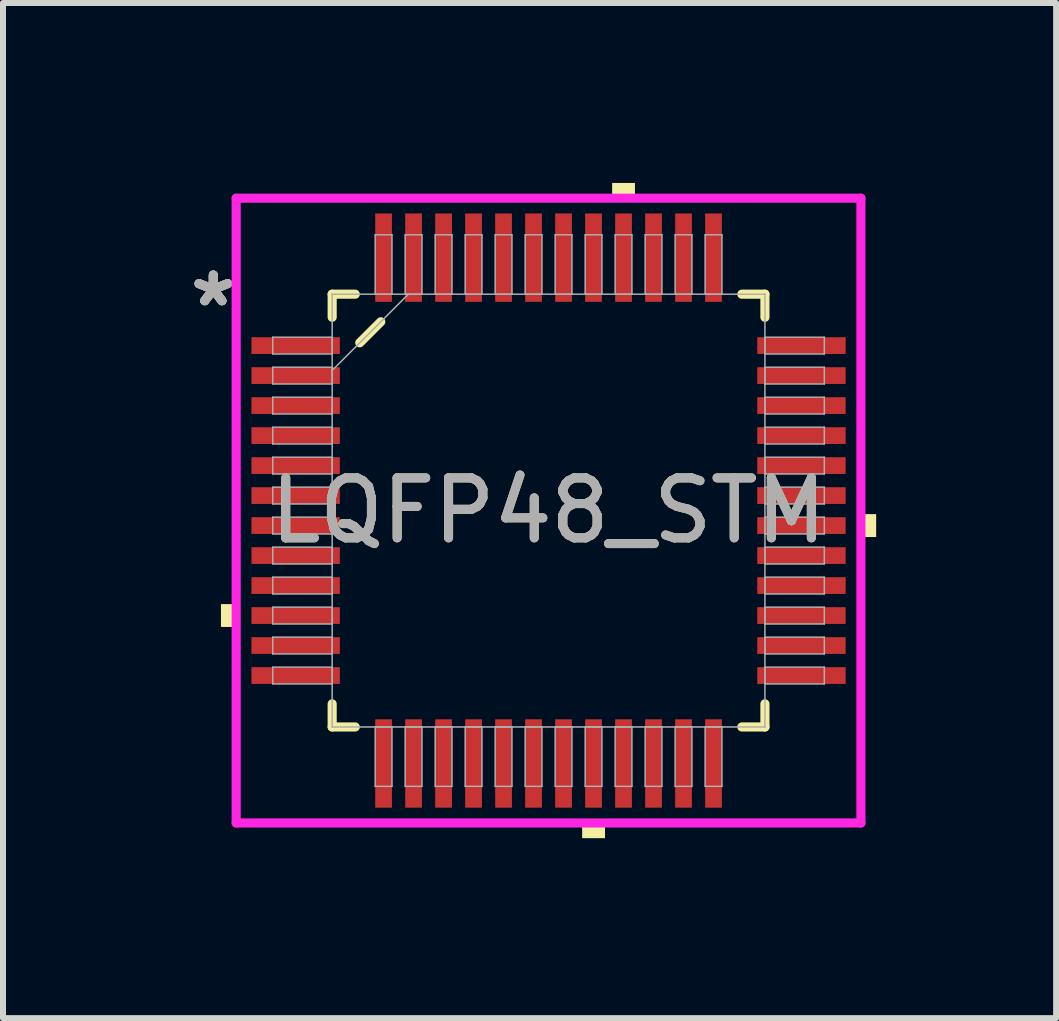
<source format=kicad_pcb>
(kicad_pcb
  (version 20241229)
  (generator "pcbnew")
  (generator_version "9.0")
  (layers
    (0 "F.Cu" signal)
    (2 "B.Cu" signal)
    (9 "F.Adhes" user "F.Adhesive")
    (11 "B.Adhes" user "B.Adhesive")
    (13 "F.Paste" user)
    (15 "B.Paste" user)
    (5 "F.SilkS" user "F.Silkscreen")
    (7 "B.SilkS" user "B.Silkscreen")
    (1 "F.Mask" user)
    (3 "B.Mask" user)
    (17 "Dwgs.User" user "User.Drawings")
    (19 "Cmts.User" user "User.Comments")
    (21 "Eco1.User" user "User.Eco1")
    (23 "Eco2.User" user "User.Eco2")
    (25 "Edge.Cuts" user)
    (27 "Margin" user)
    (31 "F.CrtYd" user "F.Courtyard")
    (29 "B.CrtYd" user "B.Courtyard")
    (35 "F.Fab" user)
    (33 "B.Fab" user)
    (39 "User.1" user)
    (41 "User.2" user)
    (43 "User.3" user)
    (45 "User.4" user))
  (footprint "LQFP48_STM"
    (layer "F.Cu")
    (at 6.094 5.461)
    (property "Reference" "LQFP48_STM" (at 0 0 0) (unlocked yes) (layer "F.SilkS") (effects (font (size 1 1) (thickness 0.15))))
    (attr smd)
    (fp_line (start -3.607 -3.607) (end -3.607 -3.222) (stroke (width 0.152) (type solid)) (layer "F.SilkS"))
    (fp_line (start -3.607 3.222) (end -3.607 3.607) (stroke (width 0.152) (type solid)) (layer "F.SilkS"))
    (fp_line (start -3.607 3.607) (end -3.222 3.607) (stroke (width 0.152) (type solid)) (layer "F.SilkS"))
    (fp_line (start -3.222 -3.607) (end -3.607 -3.607) (stroke (width 0.152) (type solid)) (layer "F.SilkS"))
    (fp_line (start -3.147 -2.797) (end -2.797 -3.147) (stroke (width 0.152) (type solid)) (layer "F.SilkS"))
    (fp_line (start 3.222 3.607) (end 3.607 3.607) (stroke (width 0.152) (type solid)) (layer "F.SilkS"))
    (fp_line (start 3.607 -3.607) (end 3.222 -3.607) (stroke (width 0.152) (type solid)) (layer "F.SilkS"))
    (fp_line (start 3.607 -3.222) (end 3.607 -3.607) (stroke (width 0.152) (type solid)) (layer "F.SilkS"))
    (fp_line (start 3.607 3.607) (end 3.607 3.222) (stroke (width 0.152) (type solid)) (layer "F.SilkS"))
    (fp_poly (pts (xy -5.461 1.559) (xy -5.461 1.94) (xy -5.207 1.94) (xy -5.207 1.559)) (stroke (width 0) (type solid)) (fill yes) (layer "F.SilkS"))
    (fp_poly (pts (xy 0.56 5.207) (xy 0.56 5.461) (xy 0.941 5.461) (xy 0.941 5.207)) (stroke (width 0) (type solid)) (fill yes) (layer "F.SilkS"))
    (fp_poly (pts (xy 1.06 -5.207) (xy 1.06 -5.461) (xy 1.44 -5.461) (xy 1.44 -5.207)) (stroke (width 0) (type solid)) (fill yes) (layer "F.SilkS"))
    (fp_poly (pts (xy 5.461 0.059) (xy 5.461 0.441) (xy 5.207 0.441) (xy 5.207 0.059)) (stroke (width 0) (type solid)) (fill yes) (layer "F.SilkS"))
    (fp_line (start -5.207 -5.207) (end 5.207 -5.207) (stroke (width 0.152) (type solid)) (layer "F.CrtYd"))
    (fp_line (start -5.207 5.207) (end -5.207 -5.207) (stroke (width 0.152) (type solid)) (layer "F.CrtYd"))
    (fp_line (start 5.207 -5.207) (end 5.207 5.207) (stroke (width 0.152) (type solid)) (layer "F.CrtYd"))
    (fp_line (start 5.207 5.207) (end -5.207 5.207) (stroke (width 0.152) (type solid)) (layer "F.CrtYd"))
    (fp_line (start -4.597 -2.89) (end -4.597 -2.61) (stroke (width 0.025) (type solid)) (layer "F.Fab"))
    (fp_line (start -4.597 -2.61) (end -3.607 -2.61) (stroke (width 0.025) (type solid)) (layer "F.Fab"))
    (fp_line (start -4.597 -2.39) (end -4.597 -2.11) (stroke (width 0.025) (type solid)) (layer "F.Fab"))
    (fp_line (start -4.597 -2.11) (end -3.607 -2.11) (stroke (width 0.025) (type solid)) (layer "F.Fab"))
    (fp_line (start -4.597 -1.89) (end -4.597 -1.61) (stroke (width 0.025) (type solid)) (layer "F.Fab"))
    (fp_line (start -4.597 -1.61) (end -3.607 -1.61) (stroke (width 0.025) (type solid)) (layer "F.Fab"))
    (fp_line (start -4.597 -1.39) (end -4.597 -1.11) (stroke (width 0.025) (type solid)) (layer "F.Fab"))
    (fp_line (start -4.597 -1.11) (end -3.607 -1.11) (stroke (width 0.025) (type solid)) (layer "F.Fab"))
    (fp_line (start -4.597 -0.89) (end -4.597 -0.61) (stroke (width 0.025) (type solid)) (layer "F.Fab"))
    (fp_line (start -4.597 -0.61) (end -3.607 -0.61) (stroke (width 0.025) (type solid)) (layer "F.Fab"))
    (fp_line (start -4.597 -0.39) (end -4.597 -0.11) (stroke (width 0.025) (type solid)) (layer "F.Fab"))
    (fp_line (start -4.597 -0.11) (end -3.607 -0.11) (stroke (width 0.025) (type solid)) (layer "F.Fab"))
    (fp_line (start -4.597 0.11) (end -4.597 0.39) (stroke (width 0.025) (type solid)) (layer "F.Fab"))
    (fp_line (start -4.597 0.39) (end -3.607 0.39) (stroke (width 0.025) (type solid)) (layer "F.Fab"))
    (fp_line (start -4.597 0.61) (end -4.597 0.89) (stroke (width 0.025) (type solid)) (layer "F.Fab"))
    (fp_line (start -4.597 0.89) (end -3.607 0.89) (stroke (width 0.025) (type solid)) (layer "F.Fab"))
    (fp_line (start -4.597 1.11) (end -4.597 1.39) (stroke (width 0.025) (type solid)) (layer "F.Fab"))
    (fp_line (start -4.597 1.39) (end -3.607 1.39) (stroke (width 0.025) (type solid)) (layer "F.Fab"))
    (fp_line (start -4.597 1.61) (end -4.597 1.89) (stroke (width 0.025) (type solid)) (layer "F.Fab"))
    (fp_line (start -4.597 1.89) (end -3.607 1.89) (stroke (width 0.025) (type solid)) (layer "F.Fab"))
    (fp_line (start -4.597 2.11) (end -4.597 2.39) (stroke (width 0.025) (type solid)) (layer "F.Fab"))
    (fp_line (start -4.597 2.39) (end -3.607 2.39) (stroke (width 0.025) (type solid)) (layer "F.Fab"))
    (fp_line (start -4.597 2.61) (end -4.597 2.89) (stroke (width 0.025) (type solid)) (layer "F.Fab"))
    (fp_line (start -4.597 2.89) (end -3.607 2.89) (stroke (width 0.025) (type solid)) (layer "F.Fab"))
    (fp_line (start -3.607 -3.607) (end -3.607 -3.607) (stroke (width 0.025) (type solid)) (layer "F.Fab"))
    (fp_line (start -3.607 -3.607) (end -3.607 3.607) (stroke (width 0.025) (type solid)) (layer "F.Fab"))
    (fp_line (start -3.607 -2.89) (end -4.597 -2.89) (stroke (width 0.025) (type solid)) (layer "F.Fab"))
    (fp_line (start -3.607 -2.61) (end -3.607 -2.89) (stroke (width 0.025) (type solid)) (layer "F.Fab"))
    (fp_line (start -3.607 -2.39) (end -4.597 -2.39) (stroke (width 0.025) (type solid)) (layer "F.Fab"))
    (fp_line (start -3.607 -2.337) (end -2.337 -3.607) (stroke (width 0.025) (type solid)) (layer "F.Fab"))
    (fp_line (start -3.607 -2.11) (end -3.607 -2.39) (stroke (width 0.025) (type solid)) (layer "F.Fab"))
    (fp_line (start -3.607 -1.89) (end -4.597 -1.89) (stroke (width 0.025) (type solid)) (layer "F.Fab"))
    (fp_line (start -3.607 -1.61) (end -3.607 -1.89) (stroke (width 0.025) (type solid)) (layer "F.Fab"))
    (fp_line (start -3.607 -1.39) (end -4.597 -1.39) (stroke (width 0.025) (type solid)) (layer "F.Fab"))
    (fp_line (start -3.607 -1.11) (end -3.607 -1.39) (stroke (width 0.025) (type solid)) (layer "F.Fab"))
    (fp_line (start -3.607 -0.89) (end -4.597 -0.89) (stroke (width 0.025) (type solid)) (layer "F.Fab"))
    (fp_line (start -3.607 -0.61) (end -3.607 -0.89) (stroke (width 0.025) (type solid)) (layer "F.Fab"))
    (fp_line (start -3.607 -0.39) (end -4.597 -0.39) (stroke (width 0.025) (type solid)) (layer "F.Fab"))
    (fp_line (start -3.607 -0.11) (end -3.607 -0.39) (stroke (width 0.025) (type solid)) (layer "F.Fab"))
    (fp_line (start -3.607 0.11) (end -4.597 0.11) (stroke (width 0.025) (type solid)) (layer "F.Fab"))
    (fp_line (start -3.607 0.39) (end -3.607 0.11) (stroke (width 0.025) (type solid)) (layer "F.Fab"))
    (fp_line (start -3.607 0.61) (end -4.597 0.61) (stroke (width 0.025) (type solid)) (layer "F.Fab"))
    (fp_line (start -3.607 0.89) (end -3.607 0.61) (stroke (width 0.025) (type solid)) (layer "F.Fab"))
    (fp_line (start -3.607 1.11) (end -4.597 1.11) (stroke (width 0.025) (type solid)) (layer "F.Fab"))
    (fp_line (start -3.607 1.39) (end -3.607 1.11) (stroke (width 0.025) (type solid)) (layer "F.Fab"))
    (fp_line (start -3.607 1.61) (end -4.597 1.61) (stroke (width 0.025) (type solid)) (layer "F.Fab"))
    (fp_line (start -3.607 1.89) (end -3.607 1.61) (stroke (width 0.025) (type solid)) (layer "F.Fab"))
    (fp_line (start -3.607 2.11) (end -4.597 2.11) (stroke (width 0.025) (type solid)) (layer "F.Fab"))
    (fp_line (start -3.607 2.39) (end -3.607 2.11) (stroke (width 0.025) (type solid)) (layer "F.Fab"))
    (fp_line (start -3.607 2.61) (end -4.597 2.61) (stroke (width 0.025) (type solid)) (layer "F.Fab"))
    (fp_line (start -3.607 2.89) (end -3.607 2.61) (stroke (width 0.025) (type solid)) (layer "F.Fab"))
    (fp_line (start -3.607 3.607) (end -3.607 3.607) (stroke (width 0.025) (type solid)) (layer "F.Fab"))
    (fp_line (start -3.607 3.607) (end 3.607 3.607) (stroke (width 0.025) (type solid)) (layer "F.Fab"))
    (fp_line (start -2.89 -4.597) (end -2.89 -3.607) (stroke (width 0.025) (type solid)) (layer "F.Fab"))
    (fp_line (start -2.89 -3.607) (end -2.61 -3.607) (stroke (width 0.025) (type solid)) (layer "F.Fab"))
    (fp_line (start -2.89 3.607) (end -2.89 4.597) (stroke (width 0.025) (type solid)) (layer "F.Fab"))
    (fp_line (start -2.89 4.597) (end -2.61 4.597) (stroke (width 0.025) (type solid)) (layer "F.Fab"))
    (fp_line (start -2.61 -4.597) (end -2.89 -4.597) (stroke (width 0.025) (type solid)) (layer "F.Fab"))
    (fp_line (start -2.61 -3.607) (end -2.61 -4.597) (stroke (width 0.025) (type solid)) (layer "F.Fab"))
    (fp_line (start -2.61 3.607) (end -2.89 3.607) (stroke (width 0.025) (type solid)) (layer "F.Fab"))
    (fp_line (start -2.61 4.597) (end -2.61 3.607) (stroke (width 0.025) (type solid)) (layer "F.Fab"))
    (fp_line (start -2.39 -4.597) (end -2.39 -3.607) (stroke (width 0.025) (type solid)) (layer "F.Fab"))
    (fp_line (start -2.39 -3.607) (end -2.11 -3.607) (stroke (width 0.025) (type solid)) (layer "F.Fab"))
    (fp_line (start -2.39 3.607) (end -2.39 4.597) (stroke (width 0.025) (type solid)) (layer "F.Fab"))
    (fp_line (start -2.39 4.597) (end -2.11 4.597) (stroke (width 0.025) (type solid)) (layer "F.Fab"))
    (fp_line (start -2.11 -4.597) (end -2.39 -4.597) (stroke (width 0.025) (type solid)) (layer "F.Fab"))
    (fp_line (start -2.11 -3.607) (end -2.11 -4.597) (stroke (width 0.025) (type solid)) (layer "F.Fab"))
    (fp_line (start -2.11 3.607) (end -2.39 3.607) (stroke (width 0.025) (type solid)) (layer "F.Fab"))
    (fp_line (start -2.11 4.597) (end -2.11 3.607) (stroke (width 0.025) (type solid)) (layer "F.Fab"))
    (fp_line (start -1.89 -4.597) (end -1.89 -3.607) (stroke (width 0.025) (type solid)) (layer "F.Fab"))
    (fp_line (start -1.89 -3.607) (end -1.61 -3.607) (stroke (width 0.025) (type solid)) (layer "F.Fab"))
    (fp_line (start -1.89 3.607) (end -1.89 4.597) (stroke (width 0.025) (type solid)) (layer "F.Fab"))
    (fp_line (start -1.89 4.597) (end -1.61 4.597) (stroke (width 0.025) (type solid)) (layer "F.Fab"))
    (fp_line (start -1.61 -4.597) (end -1.89 -4.597) (stroke (width 0.025) (type solid)) (layer "F.Fab"))
    (fp_line (start -1.61 -3.607) (end -1.61 -4.597) (stroke (width 0.025) (type solid)) (layer "F.Fab"))
    (fp_line (start -1.61 3.607) (end -1.89 3.607) (stroke (width 0.025) (type solid)) (layer "F.Fab"))
    (fp_line (start -1.61 4.597) (end -1.61 3.607) (stroke (width 0.025) (type solid)) (layer "F.Fab"))
    (fp_line (start -1.39 -4.597) (end -1.39 -3.607) (stroke (width 0.025) (type solid)) (layer "F.Fab"))
    (fp_line (start -1.39 -3.607) (end -1.11 -3.607) (stroke (width 0.025) (type solid)) (layer "F.Fab"))
    (fp_line (start -1.39 3.607) (end -1.39 4.597) (stroke (width 0.025) (type solid)) (layer "F.Fab"))
    (fp_line (start -1.39 4.597) (end -1.11 4.597) (stroke (width 0.025) (type solid)) (layer "F.Fab"))
    (fp_line (start -1.11 -4.597) (end -1.39 -4.597) (stroke (width 0.025) (type solid)) (layer "F.Fab"))
    (fp_line (start -1.11 -3.607) (end -1.11 -4.597) (stroke (width 0.025) (type solid)) (layer "F.Fab"))
    (fp_line (start -1.11 3.607) (end -1.39 3.607) (stroke (width 0.025) (type solid)) (layer "F.Fab"))
    (fp_line (start -1.11 4.597) (end -1.11 3.607) (stroke (width 0.025) (type solid)) (layer "F.Fab"))
    (fp_line (start -0.89 -4.597) (end -0.89 -3.607) (stroke (width 0.025) (type solid)) (layer "F.Fab"))
    (fp_line (start -0.89 -3.607) (end -0.61 -3.607) (stroke (width 0.025) (type solid)) (layer "F.Fab"))
    (fp_line (start -0.89 3.607) (end -0.89 4.597) (stroke (width 0.025) (type solid)) (layer "F.Fab"))
    (fp_line (start -0.89 4.597) (end -0.61 4.597) (stroke (width 0.025) (type solid)) (layer "F.Fab"))
    (fp_line (start -0.61 -4.597) (end -0.89 -4.597) (stroke (width 0.025) (type solid)) (layer "F.Fab"))
    (fp_line (start -0.61 -3.607) (end -0.61 -4.597) (stroke (width 0.025) (type solid)) (layer "F.Fab"))
    (fp_line (start -0.61 3.607) (end -0.89 3.607) (stroke (width 0.025) (type solid)) (layer "F.Fab"))
    (fp_line (start -0.61 4.597) (end -0.61 3.607) (stroke (width 0.025) (type solid)) (layer "F.Fab"))
    (fp_line (start -0.39 -4.597) (end -0.39 -3.607) (stroke (width 0.025) (type solid)) (layer "F.Fab"))
    (fp_line (start -0.39 -3.607) (end -0.11 -3.607) (stroke (width 0.025) (type solid)) (layer "F.Fab"))
    (fp_line (start -0.39 3.607) (end -0.39 4.597) (stroke (width 0.025) (type solid)) (layer "F.Fab"))
    (fp_line (start -0.39 4.597) (end -0.11 4.597) (stroke (width 0.025) (type solid)) (layer "F.Fab"))
    (fp_line (start -0.11 -4.597) (end -0.39 -4.597) (stroke (width 0.025) (type solid)) (layer "F.Fab"))
    (fp_line (start -0.11 -3.607) (end -0.11 -4.597) (stroke (width 0.025) (type solid)) (layer "F.Fab"))
    (fp_line (start -0.11 3.607) (end -0.39 3.607) (stroke (width 0.025) (type solid)) (layer "F.Fab"))
    (fp_line (start -0.11 4.597) (end -0.11 3.607) (stroke (width 0.025) (type solid)) (layer "F.Fab"))
    (fp_line (start 0.11 -4.597) (end 0.11 -3.607) (stroke (width 0.025) (type solid)) (layer "F.Fab"))
    (fp_line (start 0.11 -3.607) (end 0.39 -3.607) (stroke (width 0.025) (type solid)) (layer "F.Fab"))
    (fp_line (start 0.11 3.607) (end 0.11 4.597) (stroke (width 0.025) (type solid)) (layer "F.Fab"))
    (fp_line (start 0.11 4.597) (end 0.39 4.597) (stroke (width 0.025) (type solid)) (layer "F.Fab"))
    (fp_line (start 0.39 -4.597) (end 0.11 -4.597) (stroke (width 0.025) (type solid)) (layer "F.Fab"))
    (fp_line (start 0.39 -3.607) (end 0.39 -4.597) (stroke (width 0.025) (type solid)) (layer "F.Fab"))
    (fp_line (start 0.39 3.607) (end 0.11 3.607) (stroke (width 0.025) (type solid)) (layer "F.Fab"))
    (fp_line (start 0.39 4.597) (end 0.39 3.607) (stroke (width 0.025) (type solid)) (layer "F.Fab"))
    (fp_line (start 0.61 -4.597) (end 0.61 -3.607) (stroke (width 0.025) (type solid)) (layer "F.Fab"))
    (fp_line (start 0.61 -3.607) (end 0.89 -3.607) (stroke (width 0.025) (type solid)) (layer "F.Fab"))
    (fp_line (start 0.61 3.607) (end 0.61 4.597) (stroke (width 0.025) (type solid)) (layer "F.Fab"))
    (fp_line (start 0.61 4.597) (end 0.89 4.597) (stroke (width 0.025) (type solid)) (layer "F.Fab"))
    (fp_line (start 0.89 -4.597) (end 0.61 -4.597) (stroke (width 0.025) (type solid)) (layer "F.Fab"))
    (fp_line (start 0.89 -3.607) (end 0.89 -4.597) (stroke (width 0.025) (type solid)) (layer "F.Fab"))
    (fp_line (start 0.89 3.607) (end 0.61 3.607) (stroke (width 0.025) (type solid)) (layer "F.Fab"))
    (fp_line (start 0.89 4.597) (end 0.89 3.607) (stroke (width 0.025) (type solid)) (layer "F.Fab"))
    (fp_line (start 1.11 -4.597) (end 1.11 -3.607) (stroke (width 0.025) (type solid)) (layer "F.Fab"))
    (fp_line (start 1.11 -3.607) (end 1.39 -3.607) (stroke (width 0.025) (type solid)) (layer "F.Fab"))
    (fp_line (start 1.11 3.607) (end 1.11 4.597) (stroke (width 0.025) (type solid)) (layer "F.Fab"))
    (fp_line (start 1.11 4.597) (end 1.39 4.597) (stroke (width 0.025) (type solid)) (layer "F.Fab"))
    (fp_line (start 1.39 -4.597) (end 1.11 -4.597) (stroke (width 0.025) (type solid)) (layer "F.Fab"))
    (fp_line (start 1.39 -3.607) (end 1.39 -4.597) (stroke (width 0.025) (type solid)) (layer "F.Fab"))
    (fp_line (start 1.39 3.607) (end 1.11 3.607) (stroke (width 0.025) (type solid)) (layer "F.Fab"))
    (fp_line (start 1.39 4.597) (end 1.39 3.607) (stroke (width 0.025) (type solid)) (layer "F.Fab"))
    (fp_line (start 1.61 -4.597) (end 1.61 -3.607) (stroke (width 0.025) (type solid)) (layer "F.Fab"))
    (fp_line (start 1.61 -3.607) (end 1.89 -3.607) (stroke (width 0.025) (type solid)) (layer "F.Fab"))
    (fp_line (start 1.61 3.607) (end 1.61 4.597) (stroke (width 0.025) (type solid)) (layer "F.Fab"))
    (fp_line (start 1.61 4.597) (end 1.89 4.597) (stroke (width 0.025) (type solid)) (layer "F.Fab"))
    (fp_line (start 1.89 -4.597) (end 1.61 -4.597) (stroke (width 0.025) (type solid)) (layer "F.Fab"))
    (fp_line (start 1.89 -3.607) (end 1.89 -4.597) (stroke (width 0.025) (type solid)) (layer "F.Fab"))
    (fp_line (start 1.89 3.607) (end 1.61 3.607) (stroke (width 0.025) (type solid)) (layer "F.Fab"))
    (fp_line (start 1.89 4.597) (end 1.89 3.607) (stroke (width 0.025) (type solid)) (layer "F.Fab"))
    (fp_line (start 2.11 -4.597) (end 2.11 -3.607) (stroke (width 0.025) (type solid)) (layer "F.Fab"))
    (fp_line (start 2.11 -3.607) (end 2.39 -3.607) (stroke (width 0.025) (type solid)) (layer "F.Fab"))
    (fp_line (start 2.11 3.607) (end 2.11 4.597) (stroke (width 0.025) (type solid)) (layer "F.Fab"))
    (fp_line (start 2.11 4.597) (end 2.39 4.597) (stroke (width 0.025) (type solid)) (layer "F.Fab"))
    (fp_line (start 2.39 -4.597) (end 2.11 -4.597) (stroke (width 0.025) (type solid)) (layer "F.Fab"))
    (fp_line (start 2.39 -3.607) (end 2.39 -4.597) (stroke (width 0.025) (type solid)) (layer "F.Fab"))
    (fp_line (start 2.39 3.607) (end 2.11 3.607) (stroke (width 0.025) (type solid)) (layer "F.Fab"))
    (fp_line (start 2.39 4.597) (end 2.39 3.607) (stroke (width 0.025) (type solid)) (layer "F.Fab"))
    (fp_line (start 2.61 -4.597) (end 2.61 -3.607) (stroke (width 0.025) (type solid)) (layer "F.Fab"))
    (fp_line (start 2.61 -3.607) (end 2.89 -3.607) (stroke (width 0.025) (type solid)) (layer "F.Fab"))
    (fp_line (start 2.61 3.607) (end 2.61 4.597) (stroke (width 0.025) (type solid)) (layer "F.Fab"))
    (fp_line (start 2.61 4.597) (end 2.89 4.597) (stroke (width 0.025) (type solid)) (layer "F.Fab"))
    (fp_line (start 2.89 -4.597) (end 2.61 -4.597) (stroke (width 0.025) (type solid)) (layer "F.Fab"))
    (fp_line (start 2.89 -3.607) (end 2.89 -4.597) (stroke (width 0.025) (type solid)) (layer "F.Fab"))
    (fp_line (start 2.89 3.607) (end 2.61 3.607) (stroke (width 0.025) (type solid)) (layer "F.Fab"))
    (fp_line (start 2.89 4.597) (end 2.89 3.607) (stroke (width 0.025) (type solid)) (layer "F.Fab"))
    (fp_line (start 3.607 -3.607) (end -3.607 -3.607) (stroke (width 0.025) (type solid)) (layer "F.Fab"))
    (fp_line (start 3.607 -3.607) (end 3.607 -3.607) (stroke (width 0.025) (type solid)) (layer "F.Fab"))
    (fp_line (start 3.607 -2.89) (end 3.607 -2.61) (stroke (width 0.025) (type solid)) (layer "F.Fab"))
    (fp_line (start 3.607 -2.61) (end 4.597 -2.61) (stroke (width 0.025) (type solid)) (layer "F.Fab"))
    (fp_line (start 3.607 -2.39) (end 3.607 -2.11) (stroke (width 0.025) (type solid)) (layer "F.Fab"))
    (fp_line (start 3.607 -2.11) (end 4.597 -2.11) (stroke (width 0.025) (type solid)) (layer "F.Fab"))
    (fp_line (start 3.607 -1.89) (end 3.607 -1.61) (stroke (width 0.025) (type solid)) (layer "F.Fab"))
    (fp_line (start 3.607 -1.61) (end 4.597 -1.61) (stroke (width 0.025) (type solid)) (layer "F.Fab"))
    (fp_line (start 3.607 -1.39) (end 3.607 -1.11) (stroke (width 0.025) (type solid)) (layer "F.Fab"))
    (fp_line (start 3.607 -1.11) (end 4.597 -1.11) (stroke (width 0.025) (type solid)) (layer "F.Fab"))
    (fp_line (start 3.607 -0.89) (end 3.607 -0.61) (stroke (width 0.025) (type solid)) (layer "F.Fab"))
    (fp_line (start 3.607 -0.61) (end 4.597 -0.61) (stroke (width 0.025) (type solid)) (layer "F.Fab"))
    (fp_line (start 3.607 -0.39) (end 3.607 -0.11) (stroke (width 0.025) (type solid)) (layer "F.Fab"))
    (fp_line (start 3.607 -0.11) (end 4.597 -0.11) (stroke (width 0.025) (type solid)) (layer "F.Fab"))
    (fp_line (start 3.607 0.11) (end 3.607 0.39) (stroke (width 0.025) (type solid)) (layer "F.Fab"))
    (fp_line (start 3.607 0.39) (end 4.597 0.39) (stroke (width 0.025) (type solid)) (layer "F.Fab"))
    (fp_line (start 3.607 0.61) (end 3.607 0.89) (stroke (width 0.025) (type solid)) (layer "F.Fab"))
    (fp_line (start 3.607 0.89) (end 4.597 0.89) (stroke (width 0.025) (type solid)) (layer "F.Fab"))
    (fp_line (start 3.607 1.11) (end 3.607 1.39) (stroke (width 0.025) (type solid)) (layer "F.Fab"))
    (fp_line (start 3.607 1.39) (end 4.597 1.39) (stroke (width 0.025) (type solid)) (layer "F.Fab"))
    (fp_line (start 3.607 1.61) (end 3.607 1.89) (stroke (width 0.025) (type solid)) (layer "F.Fab"))
    (fp_line (start 3.607 1.89) (end 4.597 1.89) (stroke (width 0.025) (type solid)) (layer "F.Fab"))
    (fp_line (start 3.607 2.11) (end 3.607 2.39) (stroke (width 0.025) (type solid)) (layer "F.Fab"))
    (fp_line (start 3.607 2.39) (end 4.597 2.39) (stroke (width 0.025) (type solid)) (layer "F.Fab"))
    (fp_line (start 3.607 2.61) (end 3.607 2.89) (stroke (width 0.025) (type solid)) (layer "F.Fab"))
    (fp_line (start 3.607 2.89) (end 4.597 2.89) (stroke (width 0.025) (type solid)) (layer "F.Fab"))
    (fp_line (start 3.607 3.607) (end 3.607 -3.607) (stroke (width 0.025) (type solid)) (layer "F.Fab"))
    (fp_line (start 3.607 3.607) (end 3.607 3.607) (stroke (width 0.025) (type solid)) (layer "F.Fab"))
    (fp_line (start 4.597 -2.89) (end 3.607 -2.89) (stroke (width 0.025) (type solid)) (layer "F.Fab"))
    (fp_line (start 4.597 -2.61) (end 4.597 -2.89) (stroke (width 0.025) (type solid)) (layer "F.Fab"))
    (fp_line (start 4.597 -2.39) (end 3.607 -2.39) (stroke (width 0.025) (type solid)) (layer "F.Fab"))
    (fp_line (start 4.597 -2.11) (end 4.597 -2.39) (stroke (width 0.025) (type solid)) (layer "F.Fab"))
    (fp_line (start 4.597 -1.89) (end 3.607 -1.89) (stroke (width 0.025) (type solid)) (layer "F.Fab"))
    (fp_line (start 4.597 -1.61) (end 4.597 -1.89) (stroke (width 0.025) (type solid)) (layer "F.Fab"))
    (fp_line (start 4.597 -1.39) (end 3.607 -1.39) (stroke (width 0.025) (type solid)) (layer "F.Fab"))
    (fp_line (start 4.597 -1.11) (end 4.597 -1.39) (stroke (width 0.025) (type solid)) (layer "F.Fab"))
    (fp_line (start 4.597 -0.89) (end 3.607 -0.89) (stroke (width 0.025) (type solid)) (layer "F.Fab"))
    (fp_line (start 4.597 -0.61) (end 4.597 -0.89) (stroke (width 0.025) (type solid)) (layer "F.Fab"))
    (fp_line (start 4.597 -0.39) (end 3.607 -0.39) (stroke (width 0.025) (type solid)) (layer "F.Fab"))
    (fp_line (start 4.597 -0.11) (end 4.597 -0.39) (stroke (width 0.025) (type solid)) (layer "F.Fab"))
    (fp_line (start 4.597 0.11) (end 3.607 0.11) (stroke (width 0.025) (type solid)) (layer "F.Fab"))
    (fp_line (start 4.597 0.39) (end 4.597 0.11) (stroke (width 0.025) (type solid)) (layer "F.Fab"))
    (fp_line (start 4.597 0.61) (end 3.607 0.61) (stroke (width 0.025) (type solid)) (layer "F.Fab"))
    (fp_line (start 4.597 0.89) (end 4.597 0.61) (stroke (width 0.025) (type solid)) (layer "F.Fab"))
    (fp_line (start 4.597 1.11) (end 3.607 1.11) (stroke (width 0.025) (type solid)) (layer "F.Fab"))
    (fp_line (start 4.597 1.39) (end 4.597 1.11) (stroke (width 0.025) (type solid)) (layer "F.Fab"))
    (fp_line (start 4.597 1.61) (end 3.607 1.61) (stroke (width 0.025) (type solid)) (layer "F.Fab"))
    (fp_line (start 4.597 1.89) (end 4.597 1.61) (stroke (width 0.025) (type solid)) (layer "F.Fab"))
    (fp_line (start 4.597 2.11) (end 3.607 2.11) (stroke (width 0.025) (type solid)) (layer "F.Fab"))
    (fp_line (start 4.597 2.39) (end 4.597 2.11) (stroke (width 0.025) (type solid)) (layer "F.Fab"))
    (fp_line (start 4.597 2.61) (end 3.607 2.61) (stroke (width 0.025) (type solid)) (layer "F.Fab"))
    (fp_line (start 4.597 2.89) (end 4.597 2.61) (stroke (width 0.025) (type solid)) (layer "F.Fab"))
    (fp_text user "*" (at -5.588 -3.381 0) (layer "F.SilkS") (effects (font (size 1 1) (thickness 0.15))))
    (fp_text user "*" (at -5.588 -3.381 0) (unlocked yes) (layer "F.SilkS") (effects (font (size 1 1) (thickness 0.15))))
    (fp_text user "${REFERENCE}" (at 0 0 0) (unlocked yes) (layer "F.Fab") (effects (font (size 1 1) (thickness 0.15))))
    (fp_text user "*" (at -5.588 -3.381 0) (unlocked yes) (layer "F.Fab") (effects (font (size 1 1) (thickness 0.15))))
    (fp_text user "*" (at -5.588 -3.381 0) (layer "F.Fab") (effects (font (size 1 1) (thickness 0.15))))
    (pad "1" smd rect (at -4.216 -2.75 90) (size 0.279 1.473) (layers "F.Cu" "F.Mask" "F.Paste"))
    (pad "2" smd rect (at -4.216 -2.25 90) (size 0.279 1.473) (layers "F.Cu" "F.Mask" "F.Paste"))
    (pad "3" smd rect (at -4.216 -1.75 90) (size 0.279 1.473) (layers "F.Cu" "F.Mask" "F.Paste"))
    (pad "4" smd rect (at -4.216 -1.25 90) (size 0.279 1.473) (layers "F.Cu" "F.Mask" "F.Paste"))
    (pad "5" smd rect (at -4.216 -0.75 90) (size 0.279 1.473) (layers "F.Cu" "F.Mask" "F.Paste"))
    (pad "6" smd rect (at -4.216 -0.25 90) (size 0.279 1.473) (layers "F.Cu" "F.Mask" "F.Paste"))
    (pad "7" smd rect (at -4.216 0.25 90) (size 0.279 1.473) (layers "F.Cu" "F.Mask" "F.Paste"))
    (pad "8" smd rect (at -4.216 0.75 90) (size 0.279 1.473) (layers "F.Cu" "F.Mask" "F.Paste"))
    (pad "9" smd rect (at -4.216 1.25 90) (size 0.279 1.473) (layers "F.Cu" "F.Mask" "F.Paste"))
    (pad "10" smd rect (at -4.216 1.75 90) (size 0.279 1.473) (layers "F.Cu" "F.Mask" "F.Paste"))
    (pad "11" smd rect (at -4.216 2.25 90) (size 0.279 1.473) (layers "F.Cu" "F.Mask" "F.Paste"))
    (pad "12" smd rect (at -4.216 2.75 90) (size 0.279 1.473) (layers "F.Cu" "F.Mask" "F.Paste"))
    (pad "13" smd rect (at -2.75 4.216) (size 0.279 1.473) (layers "F.Cu" "F.Mask" "F.Paste"))
    (pad "14" smd rect (at -2.25 4.216) (size 0.279 1.473) (layers "F.Cu" "F.Mask" "F.Paste"))
    (pad "15" smd rect (at -1.75 4.216) (size 0.279 1.473) (layers "F.Cu" "F.Mask" "F.Paste"))
    (pad "16" smd rect (at -1.25 4.216) (size 0.279 1.473) (layers "F.Cu" "F.Mask" "F.Paste"))
    (pad "17" smd rect (at -0.75 4.216) (size 0.279 1.473) (layers "F.Cu" "F.Mask" "F.Paste"))
    (pad "18" smd rect (at -0.25 4.216) (size 0.279 1.473) (layers "F.Cu" "F.Mask" "F.Paste"))
    (pad "19" smd rect (at 0.25 4.216) (size 0.279 1.473) (layers "F.Cu" "F.Mask" "F.Paste"))
    (pad "20" smd rect (at 0.75 4.216) (size 0.279 1.473) (layers "F.Cu" "F.Mask" "F.Paste"))
    (pad "21" smd rect (at 1.25 4.216) (size 0.279 1.473) (layers "F.Cu" "F.Mask" "F.Paste"))
    (pad "22" smd rect (at 1.75 4.216) (size 0.279 1.473) (layers "F.Cu" "F.Mask" "F.Paste"))
    (pad "23" smd rect (at 2.25 4.216) (size 0.279 1.473) (layers "F.Cu" "F.Mask" "F.Paste"))
    (pad "24" smd rect (at 2.75 4.216) (size 0.279 1.473) (layers "F.Cu" "F.Mask" "F.Paste"))
    (pad "25" smd rect (at 4.216 2.75 90) (size 0.279 1.473) (layers "F.Cu" "F.Mask" "F.Paste"))
    (pad "26" smd rect (at 4.216 2.25 90) (size 0.279 1.473) (layers "F.Cu" "F.Mask" "F.Paste"))
    (pad "27" smd rect (at 4.216 1.75 90) (size 0.279 1.473) (layers "F.Cu" "F.Mask" "F.Paste"))
    (pad "28" smd rect (at 4.216 1.25 90) (size 0.279 1.473) (layers "F.Cu" "F.Mask" "F.Paste"))
    (pad "29" smd rect (at 4.216 0.75 90) (size 0.279 1.473) (layers "F.Cu" "F.Mask" "F.Paste"))
    (pad "30" smd rect (at 4.216 0.25 90) (size 0.279 1.473) (layers "F.Cu" "F.Mask" "F.Paste"))
    (pad "31" smd rect (at 4.216 -0.25 90) (size 0.279 1.473) (layers "F.Cu" "F.Mask" "F.Paste"))
    (pad "32" smd rect (at 4.216 -0.75 90) (size 0.279 1.473) (layers "F.Cu" "F.Mask" "F.Paste"))
    (pad "33" smd rect (at 4.216 -1.25 90) (size 0.279 1.473) (layers "F.Cu" "F.Mask" "F.Paste"))
    (pad "34" smd rect (at 4.216 -1.75 90) (size 0.279 1.473) (layers "F.Cu" "F.Mask" "F.Paste"))
    (pad "35" smd rect (at 4.216 -2.25 90) (size 0.279 1.473) (layers "F.Cu" "F.Mask" "F.Paste"))
    (pad "36" smd rect (at 4.216 -2.75 90) (size 0.279 1.473) (layers "F.Cu" "F.Mask" "F.Paste"))
    (pad "37" smd rect (at 2.75 -4.216) (size 0.279 1.473) (layers "F.Cu" "F.Mask" "F.Paste"))
    (pad "38" smd rect (at 2.25 -4.216) (size 0.279 1.473) (layers "F.Cu" "F.Mask" "F.Paste"))
    (pad "39" smd rect (at 1.75 -4.216) (size 0.279 1.473) (layers "F.Cu" "F.Mask" "F.Paste"))
    (pad "40" smd rect (at 1.25 -4.216) (size 0.279 1.473) (layers "F.Cu" "F.Mask" "F.Paste"))
    (pad "41" smd rect (at 0.75 -4.216) (size 0.279 1.473) (layers "F.Cu" "F.Mask" "F.Paste"))
    (pad "42" smd rect (at 0.25 -4.216) (size 0.279 1.473) (layers "F.Cu" "F.Mask" "F.Paste"))
    (pad "43" smd rect (at -0.25 -4.216) (size 0.279 1.473) (layers "F.Cu" "F.Mask" "F.Paste"))
    (pad "44" smd rect (at -0.75 -4.216) (size 0.279 1.473) (layers "F.Cu" "F.Mask" "F.Paste"))
    (pad "45" smd rect (at -1.25 -4.216) (size 0.279 1.473) (layers "F.Cu" "F.Mask" "F.Paste"))
    (pad "46" smd rect (at -1.75 -4.216) (size 0.279 1.473) (layers "F.Cu" "F.Mask" "F.Paste"))
    (pad "47" smd rect (at -2.25 -4.216) (size 0.279 1.473) (layers "F.Cu" "F.Mask" "F.Paste"))
    (pad "48" smd rect (at -2.75 -4.216) (size 0.279 1.473) (layers "F.Cu" "F.Mask" "F.Paste")))
  (gr_rect
    (start -3 -3)
    (end 14.555 13.922)
    (stroke (width 0.1) (type default))
    (fill no)
    (layer "Edge.Cuts")))
</source>
